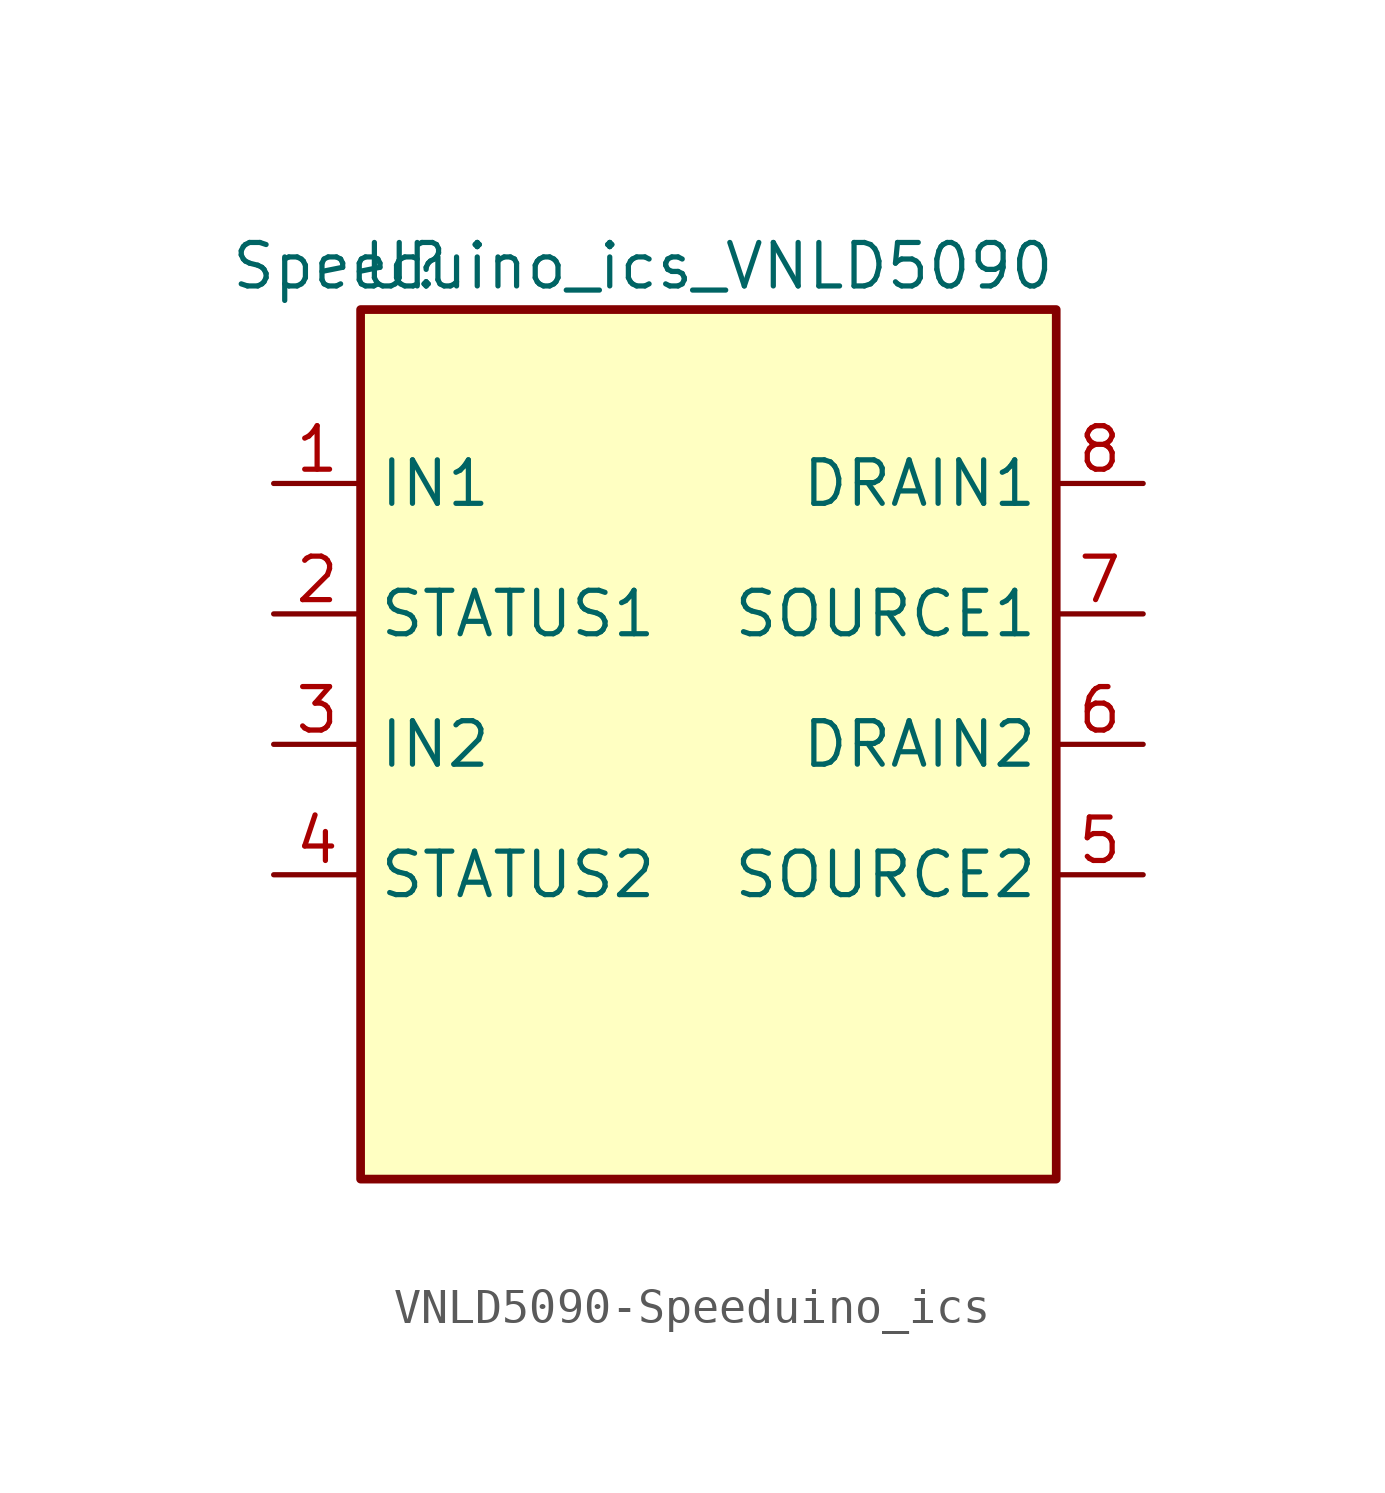
<source format=kicad_sym>
(kicad_symbol_lib
  (version 20220914)
  (generator kicad_symbol_editor)
  (symbol "VNLD5090-Speeduino_ics"
    (property "Reference" "U"
      (at -7.62 11.43 0)
      (effects (font (size 1.27 1.27)) (justify left)))
    (property "Value" "Speeduino_ics_VNLD5090"
      (at 12.7 11.43 0)
      (effects (font (size 1.27 1.27)) (justify right)))
    (symbol "VNLD5090-Speeduino_ics_0_1"
      (rectangle (start -7.62 -15.24) (end 12.7 10.16) (stroke (width 0.254) (type solid)) (fill (type background))))
    (symbol "VNLD5090-Speeduino_ics_1_1"
      (pin input line (at -10.16 5.08 0) (length 2.54) (name "IN1" (effects (font (size 1.27 1.27)))) (number "1" (effects (font (size 1.27 1.27)))))
      (pin output line (at -10.16 1.27 0) (length 2.54) (name "STATUS1" (effects (font (size 1.27 1.27)))) (number "2" (effects (font (size 1.27 1.27)))))
      (pin input line (at -10.16 -2.54 0) (length 2.54) (name "IN2" (effects (font (size 1.27 1.27)))) (number "3" (effects (font (size 1.27 1.27)))))
      (pin output line (at -10.16 -6.35 0) (length 2.54) (name "STATUS2" (effects (font (size 1.27 1.27)))) (number "4" (effects (font (size 1.27 1.27)))))
      (pin input line (at 15.24 -6.35 180) (length 2.54) (name "SOURCE2" (effects (font (size 1.27 1.27)))) (number "5" (effects (font (size 1.27 1.27)))))
      (pin output line (at 15.24 -2.54 180) (length 2.54) (name "DRAIN2" (effects (font (size 1.27 1.27)))) (number "6" (effects (font (size 1.27 1.27)))))
      (pin input line (at 15.24 1.27 180) (length 2.54) (name "SOURCE1" (effects (font (size 1.27 1.27)))) (number "7" (effects (font (size 1.27 1.27)))))
      (pin output line (at 15.24 5.08 180) (length 2.54) (name "DRAIN1" (effects (font (size 1.27 1.27)))) (number "8" (effects (font (size 1.27 1.27))))))))
</source>
